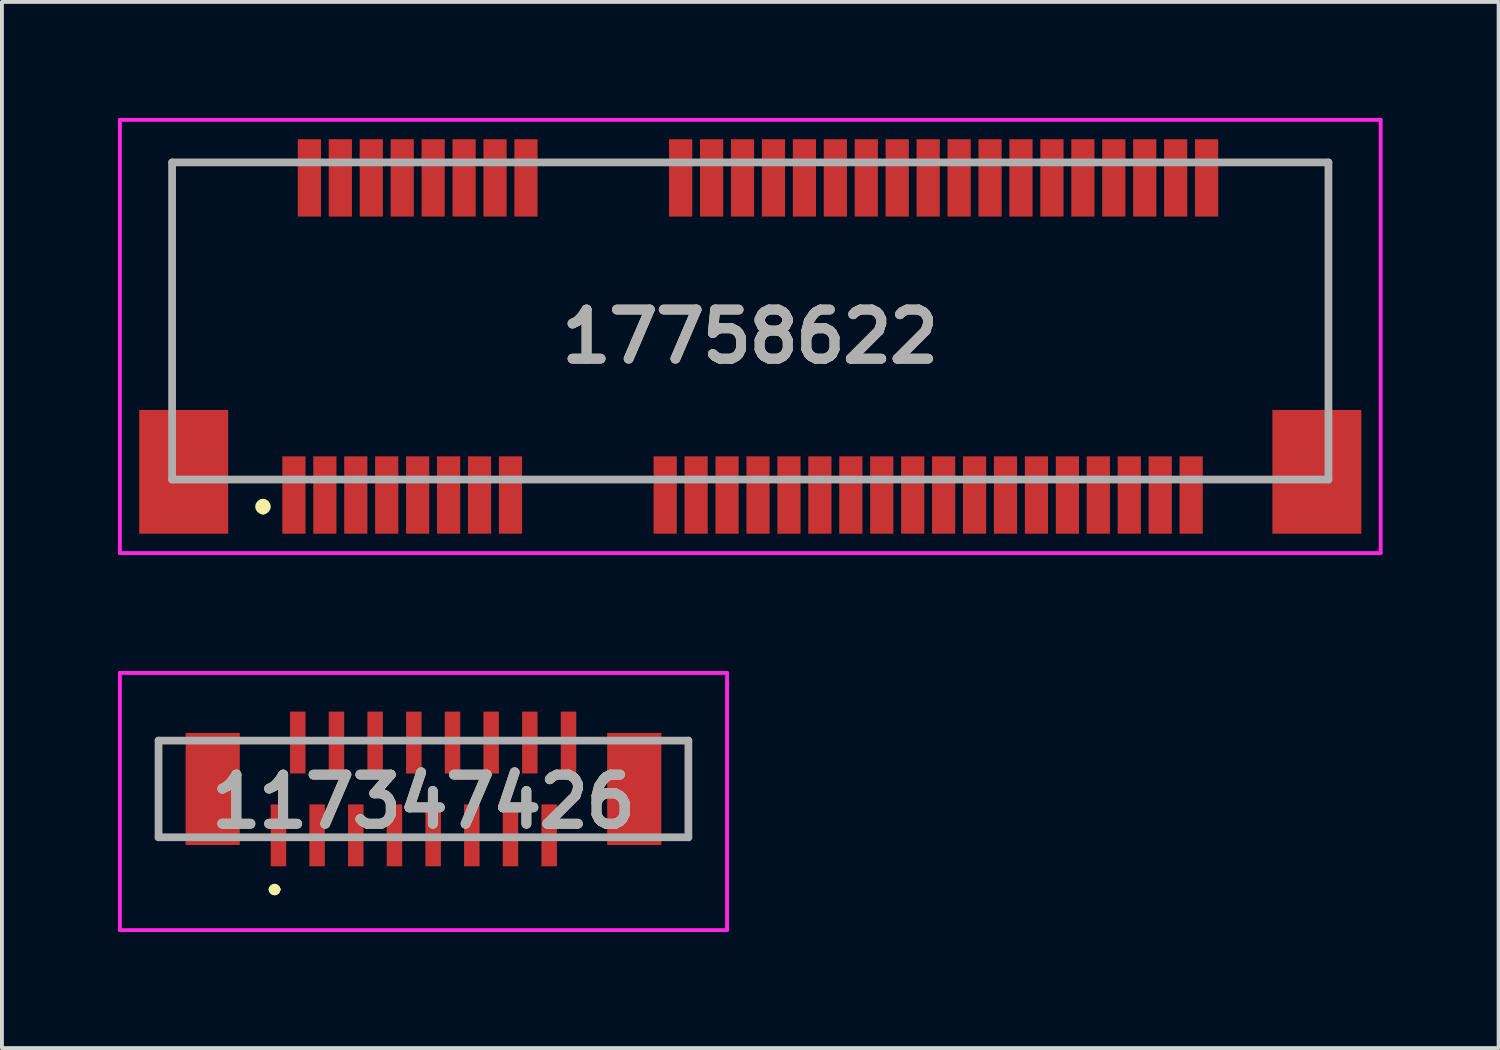
<source format=kicad_pcb>
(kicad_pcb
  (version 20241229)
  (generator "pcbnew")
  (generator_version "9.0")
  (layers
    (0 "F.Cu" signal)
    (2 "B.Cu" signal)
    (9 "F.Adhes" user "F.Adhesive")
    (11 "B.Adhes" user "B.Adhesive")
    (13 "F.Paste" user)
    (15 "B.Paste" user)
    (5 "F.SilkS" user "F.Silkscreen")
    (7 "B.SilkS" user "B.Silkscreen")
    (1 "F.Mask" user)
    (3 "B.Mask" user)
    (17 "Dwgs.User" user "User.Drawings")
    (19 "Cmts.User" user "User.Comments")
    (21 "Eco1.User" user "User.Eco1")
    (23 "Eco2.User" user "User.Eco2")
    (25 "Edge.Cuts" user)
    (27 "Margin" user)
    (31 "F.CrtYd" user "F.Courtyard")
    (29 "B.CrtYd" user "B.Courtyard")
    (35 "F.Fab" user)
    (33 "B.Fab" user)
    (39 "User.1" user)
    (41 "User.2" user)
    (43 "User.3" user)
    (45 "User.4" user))
  (footprint "17758622"
    (layer "F.Cu")
    (at 16.35 5.65)
    (property "Reference" "17758622" (at 0 0 0) (layer "F.SilkS") (effects (font (size 1.27 1.27) (thickness 0.254))))
    (attr through_hole)
    (fp_line (start -14.95 -4.5) (end -14.95 1) (stroke (width 0.1) (type solid)) (layer "F.SilkS"))
    (fp_line (start -13.2 3.7) (end -12.5 3.7) (stroke (width 0.1) (type solid)) (layer "F.SilkS"))
    (fp_line (start -12.6 4.3) (end -12.6 4.3) (stroke (width 0.2) (type solid)) (layer "F.SilkS"))
    (fp_line (start -12.6 4.5) (end -12.6 4.5) (stroke (width 0.2) (type solid)) (layer "F.SilkS"))
    (fp_line (start -12.5 -4.5) (end -14.95 -4.5) (stroke (width 0.1) (type solid)) (layer "F.SilkS"))
    (fp_line (start -5.5 -4.5) (end -3 -4.5) (stroke (width 0.1) (type solid)) (layer "F.SilkS"))
    (fp_line (start -5 3.7) (end -3.5 3.7) (stroke (width 0.1) (type solid)) (layer "F.SilkS"))
    (fp_line (start 12 3.7) (end 13.2 3.7) (stroke (width 0.1) (type solid)) (layer "F.SilkS"))
    (fp_line (start 13 -4.5) (end 14.95 -4.5) (stroke (width 0.1) (type solid)) (layer "F.SilkS"))
    (fp_line (start 14.95 -4.5) (end 14.95 1) (stroke (width 0.1) (type solid)) (layer "F.SilkS"))
    (fp_arc (start -12.6 4.3) (mid -12.5 4.4) (end -12.6 4.5) (stroke (width 0.2) (type solid)) (layer "F.SilkS"))
    (fp_arc (start -12.6 4.5) (mid -12.7 4.4) (end -12.6 4.3) (stroke (width 0.2) (type solid)) (layer "F.SilkS"))
    (fp_line (start -16.3 -5.6) (end 16.3 -5.6) (stroke (width 0.1) (type solid)) (layer "F.CrtYd"))
    (fp_line (start -16.3 5.6) (end -16.3 -5.6) (stroke (width 0.1) (type solid)) (layer "F.CrtYd"))
    (fp_line (start 16.3 -5.6) (end 16.3 5.6) (stroke (width 0.1) (type solid)) (layer "F.CrtYd"))
    (fp_line (start 16.3 5.6) (end -16.3 5.6) (stroke (width 0.1) (type solid)) (layer "F.CrtYd"))
    (fp_line (start -14.95 -4.5) (end 14.95 -4.5) (stroke (width 0.2) (type solid)) (layer "F.Fab"))
    (fp_line (start -14.95 3.7) (end -14.95 -4.5) (stroke (width 0.2) (type solid)) (layer "F.Fab"))
    (fp_line (start 14.95 -4.5) (end 14.95 3.7) (stroke (width 0.2) (type solid)) (layer "F.Fab"))
    (fp_line (start 14.95 3.7) (end -14.95 3.7) (stroke (width 0.2) (type solid)) (layer "F.Fab"))
    (fp_text user "${REFERENCE}" (at 0 0 0) (layer "F.Fab") (effects (font (size 1.27 1.27) (thickness 0.254))))
    (pad "" np_thru_hole circle (at -12.5 0) (size 0.001 0.001) (drill 1.65) (layers "*.Cu" "*.Mask"))
    (pad "" np_thru_hole circle (at 12.5 0) (size 0.001 0.001) (drill 1.15) (layers "*.Cu" "*.Mask"))
    (pad "1" smd rect (at -11.8 4.1) (size 0.6 2) (layers "F.Cu" "F.Mask" "F.Paste"))
    (pad "2" smd rect (at -11.4 -4.1) (size 0.6 2) (layers "F.Cu" "F.Mask" "F.Paste"))
    (pad "3" smd rect (at -11 4.1) (size 0.6 2) (layers "F.Cu" "F.Mask" "F.Paste"))
    (pad "4" smd rect (at -10.6 -4.1) (size 0.6 2) (layers "F.Cu" "F.Mask" "F.Paste"))
    (pad "5" smd rect (at -10.2 4.1) (size 0.6 2) (layers "F.Cu" "F.Mask" "F.Paste"))
    (pad "6" smd rect (at -9.8 -4.1) (size 0.6 2) (layers "F.Cu" "F.Mask" "F.Paste"))
    (pad "7" smd rect (at -9.4 4.1) (size 0.6 2) (layers "F.Cu" "F.Mask" "F.Paste"))
    (pad "8" smd rect (at -9 -4.1) (size 0.6 2) (layers "F.Cu" "F.Mask" "F.Paste"))
    (pad "9" smd rect (at -8.6 4.1) (size 0.6 2) (layers "F.Cu" "F.Mask" "F.Paste"))
    (pad "10" smd rect (at -8.2 -4.1) (size 0.6 2) (layers "F.Cu" "F.Mask" "F.Paste"))
    (pad "11" smd rect (at -7.8 4.1) (size 0.6 2) (layers "F.Cu" "F.Mask" "F.Paste"))
    (pad "12" smd rect (at -7.4 -4.1) (size 0.6 2) (layers "F.Cu" "F.Mask" "F.Paste"))
    (pad "13" smd rect (at -7 4.1) (size 0.6 2) (layers "F.Cu" "F.Mask" "F.Paste"))
    (pad "14" smd rect (at -6.6 -4.1) (size 0.6 2) (layers "F.Cu" "F.Mask" "F.Paste"))
    (pad "15" smd rect (at -6.2 4.1) (size 0.6 2) (layers "F.Cu" "F.Mask" "F.Paste"))
    (pad "16" smd rect (at -5.8 -4.1) (size 0.6 2) (layers "F.Cu" "F.Mask" "F.Paste"))
    (pad "17" smd rect (at -2.2 4.1) (size 0.6 2) (layers "F.Cu" "F.Mask" "F.Paste"))
    (pad "18" smd rect (at -1.8 -4.1) (size 0.6 2) (layers "F.Cu" "F.Mask" "F.Paste"))
    (pad "19" smd rect (at -1.4 4.1) (size 0.6 2) (layers "F.Cu" "F.Mask" "F.Paste"))
    (pad "20" smd rect (at -1 -4.1) (size 0.6 2) (layers "F.Cu" "F.Mask" "F.Paste"))
    (pad "21" smd rect (at -0.6 4.1) (size 0.6 2) (layers "F.Cu" "F.Mask" "F.Paste"))
    (pad "22" smd rect (at -0.2 -4.1) (size 0.6 2) (layers "F.Cu" "F.Mask" "F.Paste"))
    (pad "23" smd rect (at 0.2 4.1) (size 0.6 2) (layers "F.Cu" "F.Mask" "F.Paste"))
    (pad "24" smd rect (at 0.6 -4.1) (size 0.6 2) (layers "F.Cu" "F.Mask" "F.Paste"))
    (pad "25" smd rect (at 1 4.1) (size 0.6 2) (layers "F.Cu" "F.Mask" "F.Paste"))
    (pad "26" smd rect (at 1.4 -4.1) (size 0.6 2) (layers "F.Cu" "F.Mask" "F.Paste"))
    (pad "27" smd rect (at 1.8 4.1) (size 0.6 2) (layers "F.Cu" "F.Mask" "F.Paste"))
    (pad "28" smd rect (at 2.2 -4.1) (size 0.6 2) (layers "F.Cu" "F.Mask" "F.Paste"))
    (pad "29" smd rect (at 2.6 4.1) (size 0.6 2) (layers "F.Cu" "F.Mask" "F.Paste"))
    (pad "30" smd rect (at 3 -4.1) (size 0.6 2) (layers "F.Cu" "F.Mask" "F.Paste"))
    (pad "31" smd rect (at 3.4 4.1) (size 0.6 2) (layers "F.Cu" "F.Mask" "F.Paste"))
    (pad "32" smd rect (at 3.8 -4.1) (size 0.6 2) (layers "F.Cu" "F.Mask" "F.Paste"))
    (pad "33" smd rect (at 4.2 4.1) (size 0.6 2) (layers "F.Cu" "F.Mask" "F.Paste"))
    (pad "34" smd rect (at 4.6 -4.1) (size 0.6 2) (layers "F.Cu" "F.Mask" "F.Paste"))
    (pad "35" smd rect (at 5 4.1) (size 0.6 2) (layers "F.Cu" "F.Mask" "F.Paste"))
    (pad "36" smd rect (at 5.4 -4.1) (size 0.6 2) (layers "F.Cu" "F.Mask" "F.Paste"))
    (pad "37" smd rect (at 5.8 4.1) (size 0.6 2) (layers "F.Cu" "F.Mask" "F.Paste"))
    (pad "38" smd rect (at 6.2 -4.1) (size 0.6 2) (layers "F.Cu" "F.Mask" "F.Paste"))
    (pad "39" smd rect (at 6.6 4.1) (size 0.6 2) (layers "F.Cu" "F.Mask" "F.Paste"))
    (pad "40" smd rect (at 7 -4.1) (size 0.6 2) (layers "F.Cu" "F.Mask" "F.Paste"))
    (pad "41" smd rect (at 7.4 4.1) (size 0.6 2) (layers "F.Cu" "F.Mask" "F.Paste"))
    (pad "42" smd rect (at 7.8 -4.1) (size 0.6 2) (layers "F.Cu" "F.Mask" "F.Paste"))
    (pad "43" smd rect (at 8.2 4.1) (size 0.6 2) (layers "F.Cu" "F.Mask" "F.Paste"))
    (pad "44" smd rect (at 8.6 -4.1) (size 0.6 2) (layers "F.Cu" "F.Mask" "F.Paste"))
    (pad "45" smd rect (at 9 4.1) (size 0.6 2) (layers "F.Cu" "F.Mask" "F.Paste"))
    (pad "46" smd rect (at 9.4 -4.1) (size 0.6 2) (layers "F.Cu" "F.Mask" "F.Paste"))
    (pad "47" smd rect (at 9.8 4.1) (size 0.6 2) (layers "F.Cu" "F.Mask" "F.Paste"))
    (pad "48" smd rect (at 10.2 -4.1) (size 0.6 2) (layers "F.Cu" "F.Mask" "F.Paste"))
    (pad "49" smd rect (at 10.6 4.1) (size 0.6 2) (layers "F.Cu" "F.Mask" "F.Paste"))
    (pad "50" smd rect (at 11 -4.1) (size 0.6 2) (layers "F.Cu" "F.Mask" "F.Paste"))
    (pad "51" smd rect (at 11.4 4.1) (size 0.6 2) (layers "F.Cu" "F.Mask" "F.Paste"))
    (pad "52" smd rect (at 11.8 -4.1) (size 0.6 2) (layers "F.Cu" "F.Mask" "F.Paste"))
    (pad "MP1" smd rect (at -14.65 3.5) (size 2.3 3.2) (layers "F.Cu" "F.Mask" "F.Paste"))
    (pad "MP2" smd rect (at 14.65 3.5) (size 2.3 3.2) (layers "F.Cu" "F.Mask" "F.Paste")))
  (footprint "117347426"
    (layer "F.Cu")
    (at 7.9 17.35)
    (property "Reference" "117347426" (at 0 0.325 0) (layer "F.SilkS") (effects (font (size 1.27 1.27) (thickness 0.254))))
    (attr smd)
    (fp_line (start -6.85 -1.2) (end -6.85 -1.2) (stroke (width 0.1) (type solid)) (layer "F.SilkS"))
    (fp_line (start -6.85 -1.2) (end -6.85 1.2) (stroke (width 0.1) (type solid)) (layer "F.SilkS"))
    (fp_line (start -6.85 1.2) (end -6.85 -1.2) (stroke (width 0.1) (type solid)) (layer "F.SilkS"))
    (fp_line (start -6.85 1.2) (end -6.85 1.2) (stroke (width 0.1) (type solid)) (layer "F.SilkS"))
    (fp_line (start -3.9 2.6) (end -3.9 2.6) (stroke (width 0.2) (type solid)) (layer "F.SilkS"))
    (fp_line (start -3.9 2.6) (end -3.9 2.6) (stroke (width 0.2) (type solid)) (layer "F.SilkS"))
    (fp_line (start -3.8 2.6) (end -3.8 2.6) (stroke (width 0.2) (type solid)) (layer "F.SilkS"))
    (fp_line (start 6.85 -1.25) (end 6.85 -1.25) (stroke (width 0.1) (type solid)) (layer "F.SilkS"))
    (fp_line (start 6.85 -1.25) (end 6.85 1.2) (stroke (width 0.1) (type solid)) (layer "F.SilkS"))
    (fp_line (start 6.85 1.2) (end 6.85 -1.25) (stroke (width 0.1) (type solid)) (layer "F.SilkS"))
    (fp_line (start 6.85 1.2) (end 6.85 1.2) (stroke (width 0.1) (type solid)) (layer "F.SilkS"))
    (fp_arc (start -3.9 2.6) (mid -3.85 2.55) (end -3.8 2.6) (stroke (width 0.2) (type solid)) (layer "F.SilkS"))
    (fp_arc (start -3.8 2.6) (mid -3.85 2.65) (end -3.9 2.6) (stroke (width 0.2) (type solid)) (layer "F.SilkS"))
    (fp_arc (start -3.8 2.6) (mid -3.85 2.65) (end -3.9 2.6) (stroke (width 0.2) (type solid)) (layer "F.SilkS"))
    (fp_line (start -7.85 -3) (end 7.85 -3) (stroke (width 0.1) (type solid)) (layer "F.CrtYd"))
    (fp_line (start -7.85 3.65) (end -7.85 -3) (stroke (width 0.1) (type solid)) (layer "F.CrtYd"))
    (fp_line (start 7.85 -3) (end 7.85 3.65) (stroke (width 0.1) (type solid)) (layer "F.CrtYd"))
    (fp_line (start 7.85 3.65) (end -7.85 3.65) (stroke (width 0.1) (type solid)) (layer "F.CrtYd"))
    (fp_line (start -6.85 -1.25) (end -6.85 1.25) (stroke (width 0.2) (type solid)) (layer "F.Fab"))
    (fp_line (start -6.85 1.25) (end 6.85 1.25) (stroke (width 0.2) (type solid)) (layer "F.Fab"))
    (fp_line (start 6.85 -1.25) (end -6.85 -1.25) (stroke (width 0.2) (type solid)) (layer "F.Fab"))
    (fp_line (start 6.85 1.25) (end 6.85 -1.25) (stroke (width 0.2) (type solid)) (layer "F.Fab"))
    (fp_text user "${REFERENCE}" (at 0 0.325 0) (layer "F.Fab") (effects (font (size 1.27 1.27) (thickness 0.254))))
    (pad "1" smd rect (at -3.75 1.2) (size 0.4 1.6) (layers "F.Cu" "F.Mask" "F.Paste"))
    (pad "2" smd rect (at -3.25 -1.2) (size 0.4 1.6) (layers "F.Cu" "F.Mask" "F.Paste"))
    (pad "3" smd rect (at -2.75 1.2) (size 0.4 1.6) (layers "F.Cu" "F.Mask" "F.Paste"))
    (pad "4" smd rect (at -2.25 -1.2) (size 0.4 1.6) (layers "F.Cu" "F.Mask" "F.Paste"))
    (pad "5" smd rect (at -1.75 1.2) (size 0.4 1.6) (layers "F.Cu" "F.Mask" "F.Paste"))
    (pad "6" smd rect (at -1.25 -1.2) (size 0.4 1.6) (layers "F.Cu" "F.Mask" "F.Paste"))
    (pad "7" smd rect (at -0.75 1.2) (size 0.4 1.6) (layers "F.Cu" "F.Mask" "F.Paste"))
    (pad "8" smd rect (at -0.25 -1.2) (size 0.4 1.6) (layers "F.Cu" "F.Mask" "F.Paste"))
    (pad "9" smd rect (at 0.25 1.2) (size 0.4 1.6) (layers "F.Cu" "F.Mask" "F.Paste"))
    (pad "10" smd rect (at 0.75 -1.2) (size 0.4 1.6) (layers "F.Cu" "F.Mask" "F.Paste"))
    (pad "11" smd rect (at 1.25 1.2) (size 0.4 1.6) (layers "F.Cu" "F.Mask" "F.Paste"))
    (pad "12" smd rect (at 1.75 -1.2) (size 0.4 1.6) (layers "F.Cu" "F.Mask" "F.Paste"))
    (pad "13" smd rect (at 2.25 1.2) (size 0.4 1.6) (layers "F.Cu" "F.Mask" "F.Paste"))
    (pad "14" smd rect (at 2.75 -1.2) (size 0.4 1.6) (layers "F.Cu" "F.Mask" "F.Paste"))
    (pad "15" smd rect (at 3.25 1.2) (size 0.4 1.6) (layers "F.Cu" "F.Mask" "F.Paste"))
    (pad "16" smd rect (at 3.75 -1.2) (size 0.4 1.6) (layers "F.Cu" "F.Mask" "F.Paste"))
    (pad "MP1" smd rect (at -5.45 0) (size 1.4 2.9) (layers "F.Cu" "F.Mask" "F.Paste"))
    (pad "MP2" smd rect (at 5.45 0) (size 1.4 2.9) (layers "F.Cu" "F.Mask" "F.Paste")))
  (gr_rect
    (start -3 -3)
    (end 35.7 24.05)
    (stroke (width 0.1) (type default))
    (fill no)
    (layer "Edge.Cuts")))
</source>
